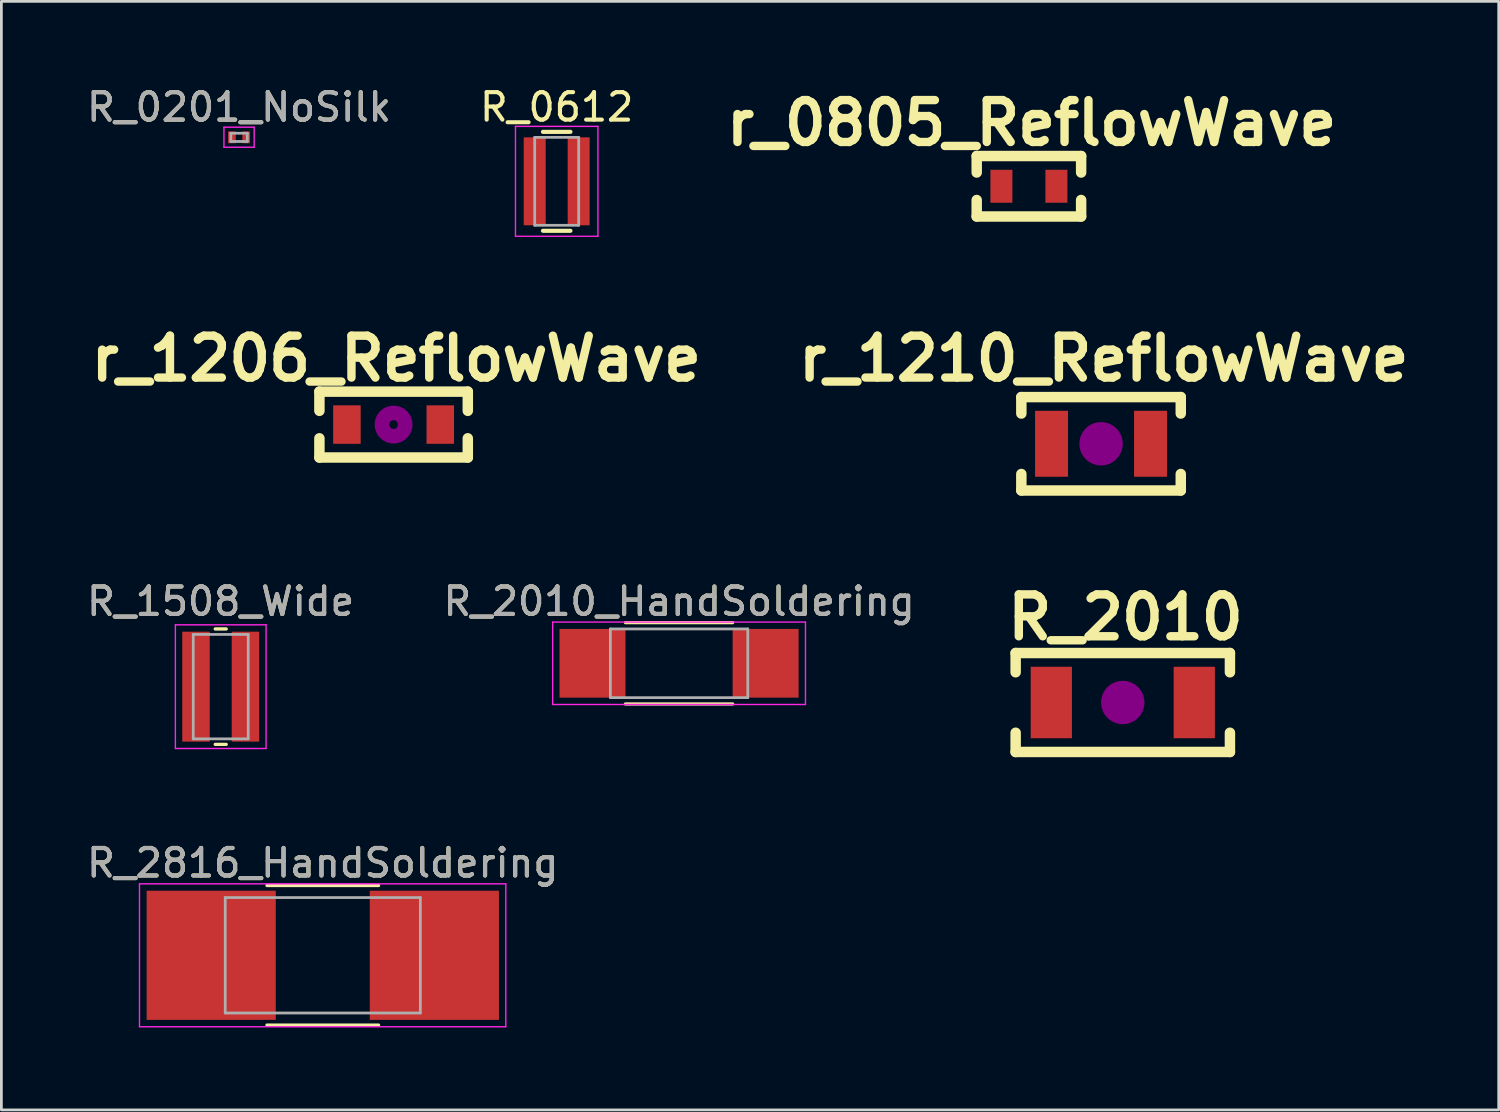
<source format=kicad_pcb>
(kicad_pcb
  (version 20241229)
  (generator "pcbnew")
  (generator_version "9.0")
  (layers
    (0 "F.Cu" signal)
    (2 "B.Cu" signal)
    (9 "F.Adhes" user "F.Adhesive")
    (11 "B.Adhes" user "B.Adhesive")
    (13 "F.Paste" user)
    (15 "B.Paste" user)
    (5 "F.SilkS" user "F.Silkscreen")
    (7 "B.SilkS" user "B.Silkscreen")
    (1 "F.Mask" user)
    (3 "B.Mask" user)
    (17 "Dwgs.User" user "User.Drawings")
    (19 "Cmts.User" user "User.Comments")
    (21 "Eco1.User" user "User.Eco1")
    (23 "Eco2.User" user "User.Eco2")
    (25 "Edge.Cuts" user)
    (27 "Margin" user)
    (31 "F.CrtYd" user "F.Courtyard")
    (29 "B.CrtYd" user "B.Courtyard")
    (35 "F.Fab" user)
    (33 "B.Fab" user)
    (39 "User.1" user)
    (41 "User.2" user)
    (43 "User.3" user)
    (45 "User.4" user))
  (footprint "r_1206_ReflowWave"
    (layer "F.Cu")
    (at 11.273 12.4)
    (property "Reference" "r_1206_ReflowWave" (at 0.099 -2.4 0) (layer "F.SilkS") (effects (font (size 1.524 1.524) (thickness 0.305))))
    (attr smd)
    (fp_line (start -2.7 -1.199) (end -2.7 -0.5) (stroke (width 0.381) (type solid)) (layer "F.SilkS"))
    (fp_line (start -2.7 0.5) (end -2.7 1.199) (stroke (width 0.381) (type solid)) (layer "F.SilkS"))
    (fp_line (start -2.7 1.199) (end 2.7 1.199) (stroke (width 0.381) (type solid)) (layer "F.SilkS"))
    (fp_line (start 2.7 -1.199) (end -2.7 -1.199) (stroke (width 0.381) (type solid)) (layer "F.SilkS"))
    (fp_line (start 2.7 -0.5) (end 2.7 -1.199) (stroke (width 0.381) (type solid)) (layer "F.SilkS"))
    (fp_line (start 2.7 1.199) (end 2.7 0.5) (stroke (width 0.381) (type solid)) (layer "F.SilkS"))
    (fp_circle (center 0 0) (end 0.15 0.051) (stroke (width 0.381) (type solid)) (fill no) (layer "F.Adhes"))
    (fp_circle (center 0 0) (end 0.5 0) (stroke (width 0.381) (type solid)) (fill no) (layer "F.Adhes"))
    (pad "1" smd rect (at -1.699 0) (size 1.001 1.4) (layers "F.Cu" "F.Mask" "F.Paste"))
    (pad "2" smd rect (at 1.699 0) (size 1.001 1.4) (layers "F.Cu" "F.Mask" "F.Paste")))
  (footprint "R_0612"
    (layer "F.Cu")
    (at 17.208 3.548)
    (property "Reference" "R_0612" (at 0 -2.7 0) (layer "F.SilkS") (effects (font (size 1 1) (thickness 0.15))))
    (attr smd)
    (fp_line (start -0.5 -1.8) (end 0.5 -1.8) (stroke (width 0.15) (type solid)) (layer "F.SilkS"))
    (fp_line (start 0.5 1.8) (end -0.5 1.8) (stroke (width 0.15) (type solid)) (layer "F.SilkS"))
    (fp_line (start -1.5 -2) (end -1.5 2) (stroke (width 0.05) (type solid)) (layer "F.CrtYd"))
    (fp_line (start -1.5 -2) (end 1.5 -2) (stroke (width 0.05) (type solid)) (layer "F.CrtYd"))
    (fp_line (start -1.5 2) (end 1.5 2) (stroke (width 0.05) (type solid)) (layer "F.CrtYd"))
    (fp_line (start 1.5 -2) (end 1.5 2) (stroke (width 0.05) (type solid)) (layer "F.CrtYd"))
    (fp_line (start -0.8 -1.6) (end 0.8 -1.6) (stroke (width 0.1) (type solid)) (layer "F.Fab"))
    (fp_line (start -0.8 1.6) (end -0.8 -1.6) (stroke (width 0.1) (type solid)) (layer "F.Fab"))
    (fp_line (start 0.8 -1.6) (end 0.8 1.6) (stroke (width 0.1) (type solid)) (layer "F.Fab"))
    (fp_line (start 0.8 1.6) (end -0.8 1.6) (stroke (width 0.1) (type solid)) (layer "F.Fab"))
    (pad "1" smd rect (at -0.8 0) (size 0.8 3.2) (layers "F.Cu" "F.Mask" "F.Paste"))
    (pad "2" smd rect (at 0.8 0) (size 0.8 3.2) (layers "F.Cu" "F.Mask" "F.Paste")))
  (footprint "R_2010"
    (layer "F.Cu")
    (at 37.808 22.514)
    (property "Reference" "R_2010" (at 0.099 -3.099 0) (layer "F.SilkS") (effects (font (size 1.524 1.524) (thickness 0.305))))
    (attr smd)
    (fp_line (start -3.899 -1.801) (end -3.899 -1.1) (stroke (width 0.381) (type solid)) (layer "F.SilkS"))
    (fp_line (start -3.899 1.1) (end -3.899 1.801) (stroke (width 0.381) (type solid)) (layer "F.SilkS"))
    (fp_line (start -3.899 1.801) (end 3.899 1.801) (stroke (width 0.381) (type solid)) (layer "F.SilkS"))
    (fp_line (start 3.899 -1.801) (end -3.899 -1.801) (stroke (width 0.381) (type solid)) (layer "F.SilkS"))
    (fp_line (start 3.899 -1.1) (end 3.899 -1.801) (stroke (width 0.381) (type solid)) (layer "F.SilkS"))
    (fp_line (start 3.899 1.801) (end 3.899 1.1) (stroke (width 0.381) (type solid)) (layer "F.SilkS"))
    (fp_circle (center 0 0) (end 0.201 0) (stroke (width 0.381) (type solid)) (fill no) (layer "F.Adhes"))
    (fp_circle (center 0 0) (end 0.399 0) (stroke (width 0.381) (type solid)) (fill no) (layer "F.Adhes"))
    (fp_circle (center 0 0) (end 0.599 0) (stroke (width 0.381) (type solid)) (fill no) (layer "F.Adhes"))
    (pad "1" smd rect (at -2.601 0) (size 1.501 2.601) (layers "F.Cu" "F.Mask" "F.Paste"))
    (pad "2" smd rect (at 2.601 0) (size 1.501 2.601) (layers "F.Cu" "F.Mask" "F.Paste")))
  (footprint "R_2816_HandSoldering"
    (layer "F.Cu")
    (at 8.696 31.713)
    (property "Reference" "R_2816_HandSoldering" (at 0 -3.36 0) (layer "F.SilkS") (effects (font (size 1 1) (thickness 0.15))))
    (attr smd)
    (fp_line (start -2.03 -2.54) (end 2.03 -2.54) (stroke (width 0.12) (type solid)) (layer "F.SilkS"))
    (fp_line (start -2.03 2.54) (end 2.03 2.54) (stroke (width 0.12) (type solid)) (layer "F.SilkS"))
    (fp_line (start -6.67 -2.6) (end -6.67 2.6) (stroke (width 0.05) (type solid)) (layer "F.CrtYd"))
    (fp_line (start -6.67 -2.6) (end 6.66 -2.6) (stroke (width 0.05) (type solid)) (layer "F.CrtYd"))
    (fp_line (start 6.66 2.6) (end -6.67 2.6) (stroke (width 0.05) (type solid)) (layer "F.CrtYd"))
    (fp_line (start 6.66 2.6) (end 6.66 -2.6) (stroke (width 0.05) (type solid)) (layer "F.CrtYd"))
    (fp_line (start -3.55 -2.1) (end 3.55 -2.1) (stroke (width 0.1) (type solid)) (layer "F.Fab"))
    (fp_line (start -3.55 2.1) (end -3.55 -2.1) (stroke (width 0.1) (type solid)) (layer "F.Fab"))
    (fp_line (start 3.55 -2.1) (end 3.55 2.1) (stroke (width 0.1) (type solid)) (layer "F.Fab"))
    (fp_line (start 3.55 2.1) (end -3.55 2.1) (stroke (width 0.1) (type solid)) (layer "F.Fab"))
    (fp_text user "${REFERENCE}" (at 0 -3.36 0) (layer "F.Fab") (effects (font (size 1 1) (thickness 0.15))))
    (pad "1" smd rect (at -4.06 0) (size 4.7 4.7) (layers "F.Cu" "F.Mask" "F.Paste"))
    (pad "2" smd rect (at 4.06 0) (size 4.7 4.7) (layers "F.Cu" "F.Mask" "F.Paste")))
  (footprint "R_0201_NoSilk"
    (layer "F.Cu")
    (at 5.649 1.948)
    (property "Reference" "R_0201_NoSilk" (at 0 -1.1 0) (layer "F.SilkS") (effects (font (size 1 1) (thickness 0.15))))
    (attr smd)
    (fp_line (start -0.55 -0.37) (end -0.55 0.36) (stroke (width 0.05) (type solid)) (layer "F.CrtYd"))
    (fp_line (start -0.55 -0.37) (end 0.55 -0.37) (stroke (width 0.05) (type solid)) (layer "F.CrtYd"))
    (fp_line (start 0.55 0.36) (end -0.55 0.36) (stroke (width 0.05) (type solid)) (layer "F.CrtYd"))
    (fp_line (start 0.55 0.36) (end 0.55 -0.37) (stroke (width 0.05) (type solid)) (layer "F.CrtYd"))
    (fp_line (start -0.3 -0.15) (end 0.3 -0.15) (stroke (width 0.1) (type solid)) (layer "F.Fab"))
    (fp_line (start -0.3 0.15) (end -0.3 -0.15) (stroke (width 0.1) (type solid)) (layer "F.Fab"))
    (fp_line (start 0.3 -0.15) (end 0.3 0.15) (stroke (width 0.1) (type solid)) (layer "F.Fab"))
    (fp_line (start 0.3 0.15) (end -0.3 0.15) (stroke (width 0.1) (type solid)) (layer "F.Fab"))
    (fp_text user "${REFERENCE}" (at 0 -1.1 0) (layer "F.Fab") (effects (font (size 1 1) (thickness 0.15))))
    (pad "1" smd rect (at -0.26 0) (size 0.28 0.43) (layers "F.Cu" "F.Mask" "F.Paste"))
    (pad "2" smd rect (at 0.26 0) (size 0.28 0.43) (layers "F.Cu" "F.Mask" "F.Paste")))
  (footprint "R_1508_Wide"
    (layer "F.Cu")
    (at 4.982 21.937)
    (property "Reference" "R_1508_Wide" (at 0 -3.1 0) (layer "F.SilkS") (effects (font (size 1 1) (thickness 0.15))))
    (attr smd)
    (fp_line (start -0.2 -2.1) (end 0.2 -2.1) (stroke (width 0.12) (type solid)) (layer "F.SilkS"))
    (fp_line (start 0.2 2.1) (end -0.2 2.1) (stroke (width 0.12) (type solid)) (layer "F.SilkS"))
    (fp_line (start -1.65 -2.25) (end -1.65 2.25) (stroke (width 0.05) (type solid)) (layer "F.CrtYd"))
    (fp_line (start -1.65 -2.25) (end 1.65 -2.25) (stroke (width 0.05) (type solid)) (layer "F.CrtYd"))
    (fp_line (start 1.65 2.25) (end -1.65 2.25) (stroke (width 0.05) (type solid)) (layer "F.CrtYd"))
    (fp_line (start 1.65 2.25) (end 1.65 -2.25) (stroke (width 0.05) (type solid)) (layer "F.CrtYd"))
    (fp_line (start -1 -1.9) (end 1 -1.9) (stroke (width 0.1) (type solid)) (layer "F.Fab"))
    (fp_line (start -1 1.9) (end -1 -1.9) (stroke (width 0.1) (type solid)) (layer "F.Fab"))
    (fp_line (start 1 -1.9) (end 1 1.9) (stroke (width 0.1) (type solid)) (layer "F.Fab"))
    (fp_line (start 1 1.9) (end -1 1.9) (stroke (width 0.1) (type solid)) (layer "F.Fab"))
    (fp_text user "${REFERENCE}" (at 0 -3.1 0) (layer "F.Fab") (effects (font (size 1 1) (thickness 0.15))))
    (pad "1" smd rect (at -0.9 0) (size 1 4) (layers "F.Cu" "F.Mask" "F.Paste"))
    (pad "2" smd rect (at 0.9 0) (size 1 4) (layers "F.Cu" "F.Mask" "F.Paste")))
  (footprint "r_1210_ReflowWave"
    (layer "F.Cu")
    (at 37.017 13.099)
    (property "Reference" "r_1210_ReflowWave" (at 0.099 -3.099 0) (layer "F.SilkS") (effects (font (size 1.524 1.524) (thickness 0.305))))
    (attr smd)
    (fp_line (start -2.901 -1.699) (end -2.901 -1.1) (stroke (width 0.381) (type solid)) (layer "F.SilkS"))
    (fp_line (start -2.901 1.1) (end -2.901 1.699) (stroke (width 0.381) (type solid)) (layer "F.SilkS"))
    (fp_line (start -2.901 1.699) (end 2.901 1.699) (stroke (width 0.381) (type solid)) (layer "F.SilkS"))
    (fp_line (start 2.901 -1.699) (end -2.901 -1.699) (stroke (width 0.381) (type solid)) (layer "F.SilkS"))
    (fp_line (start 2.901 -1.1) (end 2.901 -1.699) (stroke (width 0.381) (type solid)) (layer "F.SilkS"))
    (fp_line (start 2.901 1.699) (end 2.901 1.1) (stroke (width 0.381) (type solid)) (layer "F.SilkS"))
    (fp_circle (center 0 0) (end 0.201 0) (stroke (width 0.381) (type solid)) (fill no) (layer "F.Adhes"))
    (fp_circle (center 0 0) (end 0.399 0) (stroke (width 0.381) (type solid)) (fill no) (layer "F.Adhes"))
    (fp_circle (center 0 0) (end 0.599 0) (stroke (width 0.381) (type solid)) (fill no) (layer "F.Adhes"))
    (pad "1" smd rect (at -1.801 0) (size 1.199 2.4) (layers "F.Cu" "F.Mask" "F.Paste"))
    (pad "2" smd rect (at 1.801 0) (size 1.199 2.4) (layers "F.Cu" "F.Mask" "F.Paste")))
  (footprint "R_2010_HandSoldering"
    (layer "F.Cu")
    (at 21.661 21.087)
    (property "Reference" "R_2010_HandSoldering" (at 0 -2.25 0) (layer "F.SilkS") (effects (font (size 1 1) (thickness 0.15))))
    (attr smd)
    (fp_line (start -1.95 -1.48) (end 1.95 -1.48) (stroke (width 0.12) (type solid)) (layer "F.SilkS"))
    (fp_line (start 1.95 1.48) (end -1.95 1.48) (stroke (width 0.12) (type solid)) (layer "F.SilkS"))
    (fp_line (start -4.6 -1.5) (end -4.6 1.5) (stroke (width 0.05) (type solid)) (layer "F.CrtYd"))
    (fp_line (start -4.6 -1.5) (end 4.6 -1.5) (stroke (width 0.05) (type solid)) (layer "F.CrtYd"))
    (fp_line (start 4.6 1.5) (end -4.6 1.5) (stroke (width 0.05) (type solid)) (layer "F.CrtYd"))
    (fp_line (start 4.6 1.5) (end 4.6 -1.5) (stroke (width 0.05) (type solid)) (layer "F.CrtYd"))
    (fp_line (start -2.5 -1.25) (end 2.5 -1.25) (stroke (width 0.1) (type solid)) (layer "F.Fab"))
    (fp_line (start -2.5 1.25) (end -2.5 -1.25) (stroke (width 0.1) (type solid)) (layer "F.Fab"))
    (fp_line (start 2.5 -1.25) (end 2.5 1.25) (stroke (width 0.1) (type solid)) (layer "F.Fab"))
    (fp_line (start 2.5 1.25) (end -2.5 1.25) (stroke (width 0.1) (type solid)) (layer "F.Fab"))
    (fp_text user "${REFERENCE}" (at 0 -2.25 0) (layer "F.Fab") (effects (font (size 1 1) (thickness 0.15))))
    (pad "1" smd rect (at -3.15 0) (size 2.4 2.5) (layers "F.Cu" "F.Mask" "F.Paste"))
    (pad "2" smd rect (at 3.15 0) (size 2.4 2.5) (layers "F.Cu" "F.Mask" "F.Paste")))
  (footprint "r_0805_ReflowWave"
    (layer "F.Cu")
    (at 34.392 3.728)
    (property "Reference" "r_0805_ReflowWave" (at 0.099 -2.301 0) (layer "F.SilkS") (effects (font (size 1.524 1.524) (thickness 0.305))))
    (attr smd)
    (fp_line (start -1.9 -1.1) (end -1.9 -0.5) (stroke (width 0.381) (type solid)) (layer "F.SilkS"))
    (fp_line (start -1.9 0.5) (end -1.9 1.1) (stroke (width 0.381) (type solid)) (layer "F.SilkS"))
    (fp_line (start -1.9 1.1) (end 1.9 1.1) (stroke (width 0.381) (type solid)) (layer "F.SilkS"))
    (fp_line (start 1.9 -1.1) (end -1.9 -1.1) (stroke (width 0.381) (type solid)) (layer "F.SilkS"))
    (fp_line (start 1.9 -0.5) (end 1.9 -1.1) (stroke (width 0.381) (type solid)) (layer "F.SilkS"))
    (fp_line (start 1.9 1.1) (end 1.9 0.5) (stroke (width 0.381) (type solid)) (layer "F.SilkS"))
    (pad "1" smd rect (at -1.001 0) (size 0.8 1.199) (layers "F.Cu" "F.Mask" "F.Paste"))
    (pad "2" smd rect (at 1.001 0) (size 0.8 1.199) (layers "F.Cu" "F.Mask" "F.Paste")))
  (gr_rect
    (start -3 -3)
    (end 51.488 37.338)
    (stroke (width 0.1) (type default))
    (fill no)
    (layer "Edge.Cuts")))
</source>
